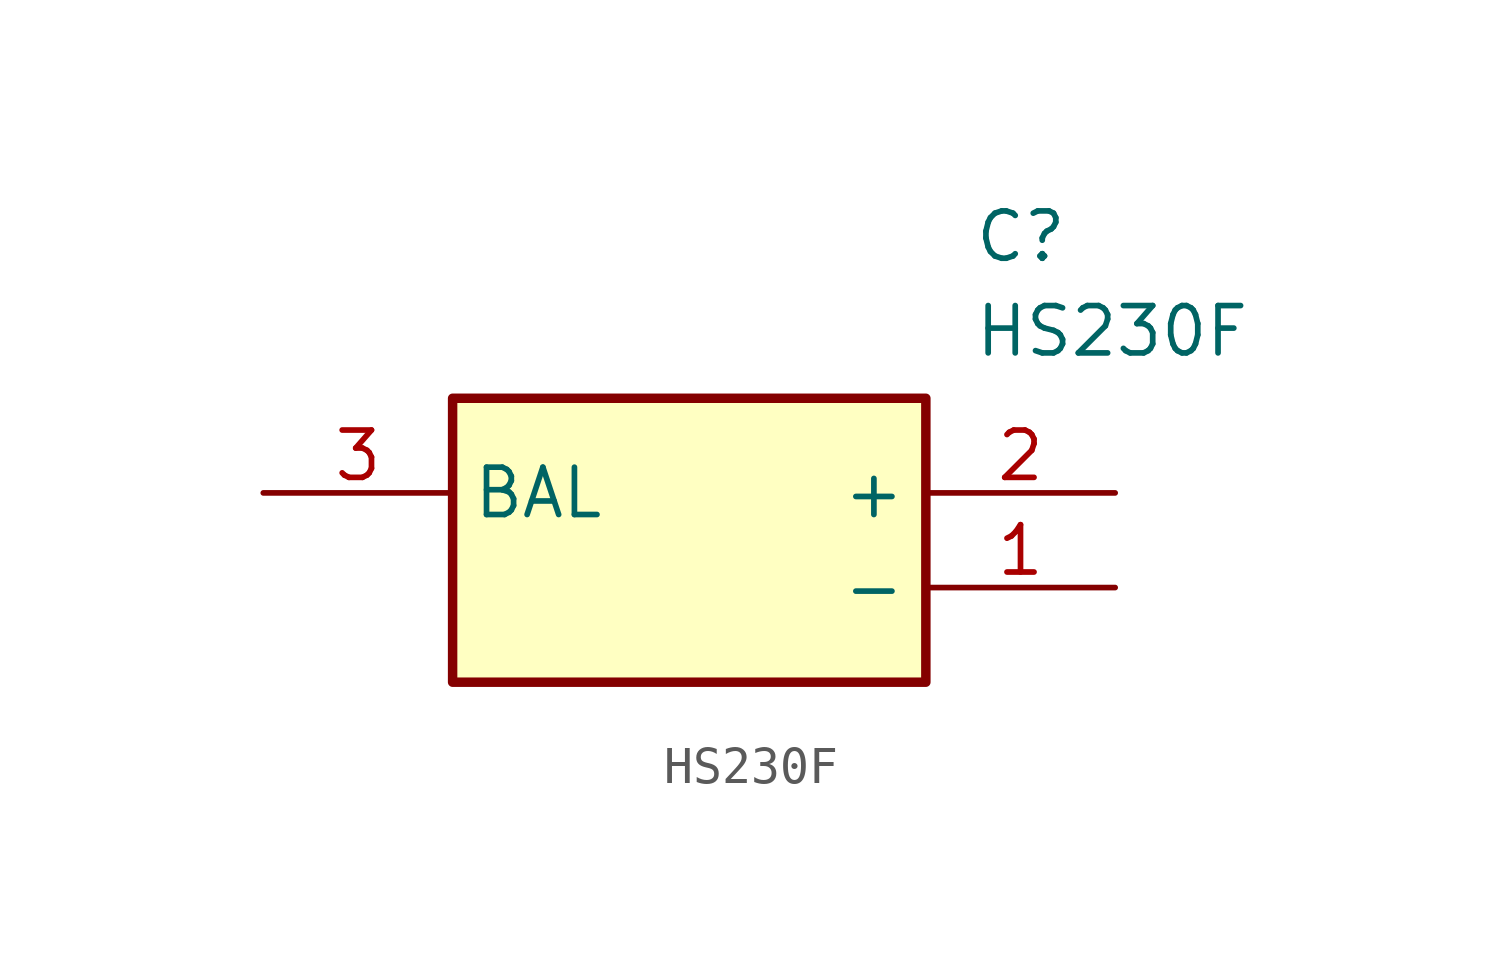
<source format=kicad_sym>
(kicad_symbol_lib
  (version 20211014)
  (generator SamacSys_ECAD_Model)
  (symbol "HS230F"
    (property "Reference" "C"
      (at 19.05 7.62 0)
      (effects (font (size 1.27 1.27)) (justify left top)))
    (property "Value" "HS230F"
      (at 19.05 5.08 0)
      (effects (font (size 1.27 1.27)) (justify left top)))
    (rectangle
      (start 5.08 2.54)
      (end 17.78 -5.08)
      (stroke (width 0.254) (type default))
      (fill (type background)))
    (pin passive line
      (at 22.86 -2.54 180)
      (length 5.08)
      (name "-" (effects (font (size 1.27 1.27))))
      (number "1" (effects (font (size 1.27 1.27)))))
    (pin passive line
      (at 22.86 0 180)
      (length 5.08)
      (name "+" (effects (font (size 1.27 1.27))))
      (number "2" (effects (font (size 1.27 1.27)))))
    (pin passive line
      (at 0 0 0)
      (length 5.08)
      (name "BAL" (effects (font (size 1.27 1.27))))
      (number "3" (effects (font (size 1.27 1.27)))))))
</source>
